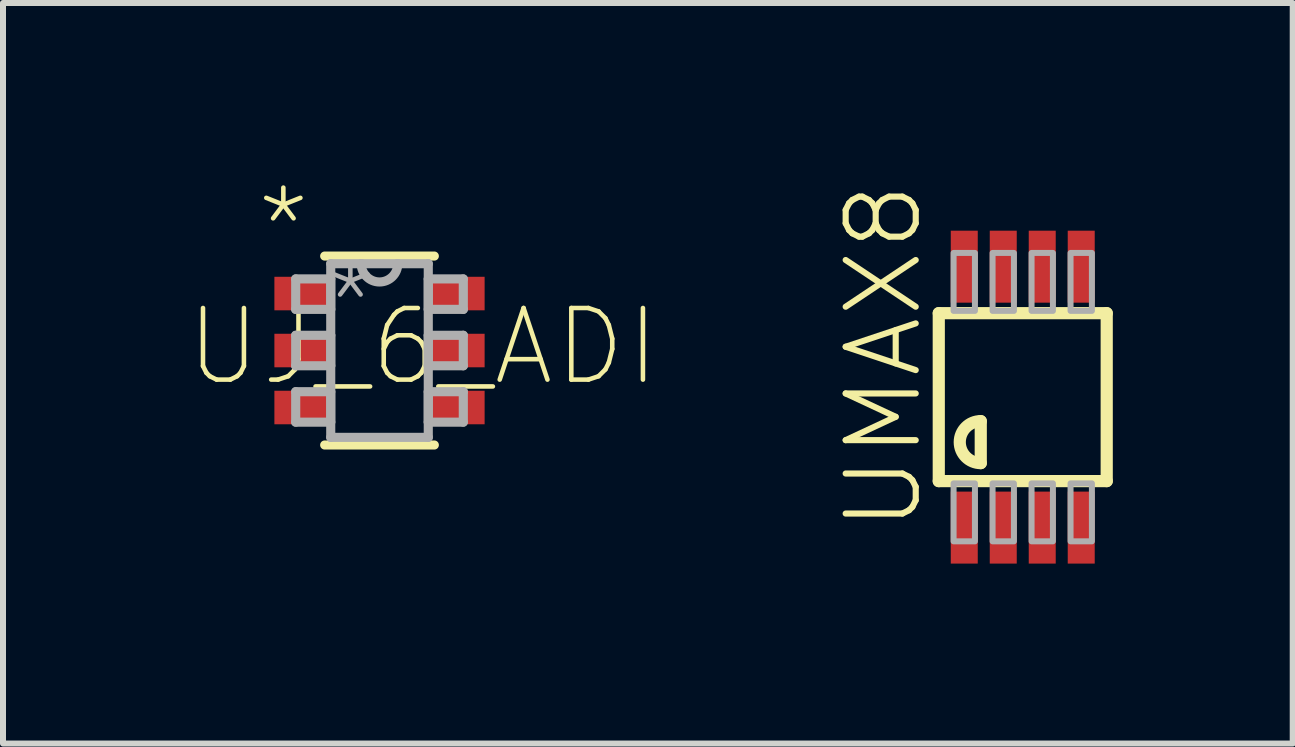
<source format=kicad_pcb>
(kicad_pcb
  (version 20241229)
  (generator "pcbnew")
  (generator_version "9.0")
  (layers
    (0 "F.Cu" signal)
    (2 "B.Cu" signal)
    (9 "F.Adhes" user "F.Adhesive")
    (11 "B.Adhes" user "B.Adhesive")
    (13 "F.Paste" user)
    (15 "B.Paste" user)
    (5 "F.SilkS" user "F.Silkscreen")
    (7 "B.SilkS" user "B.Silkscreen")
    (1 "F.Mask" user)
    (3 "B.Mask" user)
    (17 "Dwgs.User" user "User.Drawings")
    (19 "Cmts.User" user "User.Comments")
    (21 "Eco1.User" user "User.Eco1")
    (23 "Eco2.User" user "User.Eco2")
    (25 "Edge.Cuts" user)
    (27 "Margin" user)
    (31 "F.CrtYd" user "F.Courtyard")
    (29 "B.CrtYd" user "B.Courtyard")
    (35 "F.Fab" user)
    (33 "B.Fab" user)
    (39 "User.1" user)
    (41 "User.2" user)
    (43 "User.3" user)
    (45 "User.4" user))
  (footprint "UMAX8"
    (layer "F.Cu")
    (at 14.001 3.571)
    (property "Reference" "UMAX8" (at -1.636 2.286 90) (layer "F.SilkS") (effects (font (size 1.168 1.168) (thickness 0.102)) (justify left bottom)))
    (fp_line (start -1.4 -1.4) (end 1.4 -1.4) (stroke (width 0.203) (type solid)) (layer "F.SilkS"))
    (fp_line (start -1.4 1.4) (end -1.4 -1.4) (stroke (width 0.203) (type solid)) (layer "F.SilkS"))
    (fp_line (start -0.7 0.4) (end -0.7 1.1) (stroke (width 0.203) (type solid)) (layer "F.SilkS"))
    (fp_line (start 1.4 -1.4) (end 1.4 1.4) (stroke (width 0.203) (type solid)) (layer "F.SilkS"))
    (fp_line (start 1.4 1.4) (end -1.4 1.4) (stroke (width 0.203) (type solid)) (layer "F.SilkS"))
    (fp_arc (start -0.7 1.1) (mid -1.05 0.75) (end -0.7 0.4) (stroke (width 0.2032) (type solid)) (layer "F.SilkS"))
    (fp_poly (pts (xy -1.153 -1.438) (xy -0.797 -1.438) (xy -0.797 -2.404) (xy -1.153 -2.404)) (stroke (width 0.1) (type default)) (fill no) (layer "F.Fab"))
    (fp_poly (pts (xy -1.153 2.404) (xy -0.797 2.404) (xy -0.797 1.438) (xy -1.153 1.438)) (stroke (width 0.1) (type default)) (fill no) (layer "F.Fab"))
    (fp_poly (pts (xy -0.503 -1.438) (xy -0.147 -1.438) (xy -0.147 -2.404) (xy -0.503 -2.404)) (stroke (width 0.1) (type default)) (fill no) (layer "F.Fab"))
    (fp_poly (pts (xy -0.503 2.404) (xy -0.147 2.404) (xy -0.147 1.438) (xy -0.503 1.438)) (stroke (width 0.1) (type default)) (fill no) (layer "F.Fab"))
    (fp_poly (pts (xy 0.147 -1.438) (xy 0.503 -1.438) (xy 0.503 -2.404) (xy 0.147 -2.404)) (stroke (width 0.1) (type default)) (fill no) (layer "F.Fab"))
    (fp_poly (pts (xy 0.147 2.404) (xy 0.503 2.404) (xy 0.503 1.438) (xy 0.147 1.438)) (stroke (width 0.1) (type default)) (fill no) (layer "F.Fab"))
    (fp_poly (pts (xy 0.797 -1.438) (xy 1.153 -1.438) (xy 1.153 -2.404) (xy 0.797 -2.404)) (stroke (width 0.1) (type default)) (fill no) (layer "F.Fab"))
    (fp_poly (pts (xy 0.797 2.404) (xy 1.153 2.404) (xy 1.153 1.438) (xy 0.797 1.438)) (stroke (width 0.1) (type default)) (fill no) (layer "F.Fab"))
    (pad "1" smd rect (at -0.975 2.175) (size 0.45 1.2) (layers "F.Cu" "F.Mask" "F.Paste"))
    (pad "2" smd rect (at -0.325 2.175) (size 0.45 1.2) (layers "F.Cu" "F.Mask" "F.Paste"))
    (pad "3" smd rect (at 0.325 2.175) (size 0.45 1.2) (layers "F.Cu" "F.Mask" "F.Paste"))
    (pad "4" smd rect (at 0.975 2.175) (size 0.45 1.2) (layers "F.Cu" "F.Mask" "F.Paste"))
    (pad "5" smd rect (at 0.975 -2.175) (size 0.45 1.2) (layers "F.Cu" "F.Mask" "F.Paste"))
    (pad "6" smd rect (at 0.325 -2.175) (size 0.45 1.2) (layers "F.Cu" "F.Mask" "F.Paste"))
    (pad "7" smd rect (at -0.325 -2.175) (size 0.45 1.2) (layers "F.Cu" "F.Mask" "F.Paste"))
    (pad "8" smd rect (at -0.975 -2.175) (size 0.45 1.2) (layers "F.Cu" "F.Mask" "F.Paste")))
  (footprint "UJ_6_ADI"
    (layer "F.Cu")
    (at 3.277 2.794)
    (property "Reference" "UJ_6_ADI" (at -3.277 0.635 0) (layer "F.SilkS") (effects (font (size 1.194 1.194) (thickness 0.076)) (justify left bottom)))
    (fp_line (start -0.914 1.575) (end 0.914 1.575) (stroke (width 0.152) (type solid)) (layer "F.SilkS"))
    (fp_line (start 0.914 -1.575) (end -0.914 -1.575) (stroke (width 0.152) (type solid)) (layer "F.SilkS"))
    (fp_line (start -1.397 -1.194) (end -1.397 -0.686) (stroke (width 0.152) (type solid)) (layer "F.Fab"))
    (fp_line (start -1.397 -0.686) (end -0.813 -0.686) (stroke (width 0.152) (type solid)) (layer "F.Fab"))
    (fp_line (start -1.397 -0.254) (end -1.397 0.254) (stroke (width 0.152) (type solid)) (layer "F.Fab"))
    (fp_line (start -1.397 0.254) (end -0.813 0.254) (stroke (width 0.152) (type solid)) (layer "F.Fab"))
    (fp_line (start -1.397 0.686) (end -1.397 1.194) (stroke (width 0.152) (type solid)) (layer "F.Fab"))
    (fp_line (start -1.397 1.194) (end -0.813 1.194) (stroke (width 0.152) (type solid)) (layer "F.Fab"))
    (fp_line (start -0.813 -1.448) (end -0.813 1.448) (stroke (width 0.152) (type solid)) (layer "F.Fab"))
    (fp_line (start -0.813 -1.194) (end -1.397 -1.194) (stroke (width 0.152) (type solid)) (layer "F.Fab"))
    (fp_line (start -0.813 -0.686) (end -0.813 -1.194) (stroke (width 0.152) (type solid)) (layer "F.Fab"))
    (fp_line (start -0.813 -0.254) (end -1.397 -0.254) (stroke (width 0.152) (type solid)) (layer "F.Fab"))
    (fp_line (start -0.813 0.254) (end -0.813 -0.254) (stroke (width 0.152) (type solid)) (layer "F.Fab"))
    (fp_line (start -0.813 0.686) (end -1.397 0.686) (stroke (width 0.152) (type solid)) (layer "F.Fab"))
    (fp_line (start -0.813 1.194) (end -0.813 0.686) (stroke (width 0.152) (type solid)) (layer "F.Fab"))
    (fp_line (start -0.813 1.448) (end 0.813 1.448) (stroke (width 0.152) (type solid)) (layer "F.Fab"))
    (fp_line (start -0.305 -1.448) (end -0.813 -1.448) (stroke (width 0.152) (type solid)) (layer "F.Fab"))
    (fp_line (start 0.305 -1.448) (end -0.305 -1.448) (stroke (width 0.152) (type solid)) (layer "F.Fab"))
    (fp_line (start 0.813 -1.448) (end 0.305 -1.448) (stroke (width 0.152) (type solid)) (layer "F.Fab"))
    (fp_line (start 0.813 -1.194) (end 0.813 -0.686) (stroke (width 0.152) (type solid)) (layer "F.Fab"))
    (fp_line (start 0.813 -0.686) (end 1.397 -0.686) (stroke (width 0.152) (type solid)) (layer "F.Fab"))
    (fp_line (start 0.813 -0.254) (end 0.813 0.254) (stroke (width 0.152) (type solid)) (layer "F.Fab"))
    (fp_line (start 0.813 0.254) (end 1.397 0.254) (stroke (width 0.152) (type solid)) (layer "F.Fab"))
    (fp_line (start 0.813 0.686) (end 0.813 1.194) (stroke (width 0.152) (type solid)) (layer "F.Fab"))
    (fp_line (start 0.813 1.194) (end 1.397 1.194) (stroke (width 0.152) (type solid)) (layer "F.Fab"))
    (fp_line (start 0.813 1.448) (end 0.813 -1.448) (stroke (width 0.152) (type solid)) (layer "F.Fab"))
    (fp_line (start 1.397 -1.194) (end 0.813 -1.194) (stroke (width 0.152) (type solid)) (layer "F.Fab"))
    (fp_line (start 1.397 -0.686) (end 1.397 -1.194) (stroke (width 0.152) (type solid)) (layer "F.Fab"))
    (fp_line (start 1.397 -0.254) (end 0.813 -0.254) (stroke (width 0.152) (type solid)) (layer "F.Fab"))
    (fp_line (start 1.397 0.254) (end 1.397 -0.254) (stroke (width 0.152) (type solid)) (layer "F.Fab"))
    (fp_line (start 1.397 0.686) (end 0.813 0.686) (stroke (width 0.152) (type solid)) (layer "F.Fab"))
    (fp_line (start 1.397 1.194) (end 1.397 0.686) (stroke (width 0.152) (type solid)) (layer "F.Fab"))
    (fp_arc (start 0.3048 -1.4478) (mid 0 -1.143) (end -0.3048 -1.4478) (stroke (width 0.1524) (type solid)) (layer "F.Fab"))
    (fp_text user "*" (at -2.108 -1.372 0) (layer "F.SilkS") (effects (font (size 1.194 1.194) (thickness 0.076)) (justify left bottom)))
    (fp_text user "*" (at -0.991 -0.102 0) (layer "F.Fab") (effects (font (size 1.194 1.194) (thickness 0.076)) (justify left bottom)))
    (pad "1" smd rect (at -1.276 -0.95) (size 0.953 0.559) (layers "F.Cu" "F.Mask" "F.Paste"))
    (pad "2" smd rect (at -1.276 0) (size 0.953 0.559) (layers "F.Cu" "F.Mask" "F.Paste"))
    (pad "3" smd rect (at -1.276 0.95) (size 0.953 0.559) (layers "F.Cu" "F.Mask" "F.Paste"))
    (pad "4" smd rect (at 1.276 0.95) (size 0.953 0.559) (layers "F.Cu" "F.Mask" "F.Paste"))
    (pad "5" smd rect (at 1.276 0) (size 0.953 0.559) (layers "F.Cu" "F.Mask" "F.Paste"))
    (pad "6" smd rect (at 1.276 -0.95) (size 0.953 0.559) (layers "F.Cu" "F.Mask" "F.Paste")))
  (gr_rect
    (start -3 -3)
    (end 18.502 9.346)
    (stroke (width 0.1) (type default))
    (fill no)
    (layer "Edge.Cuts")))
</source>
